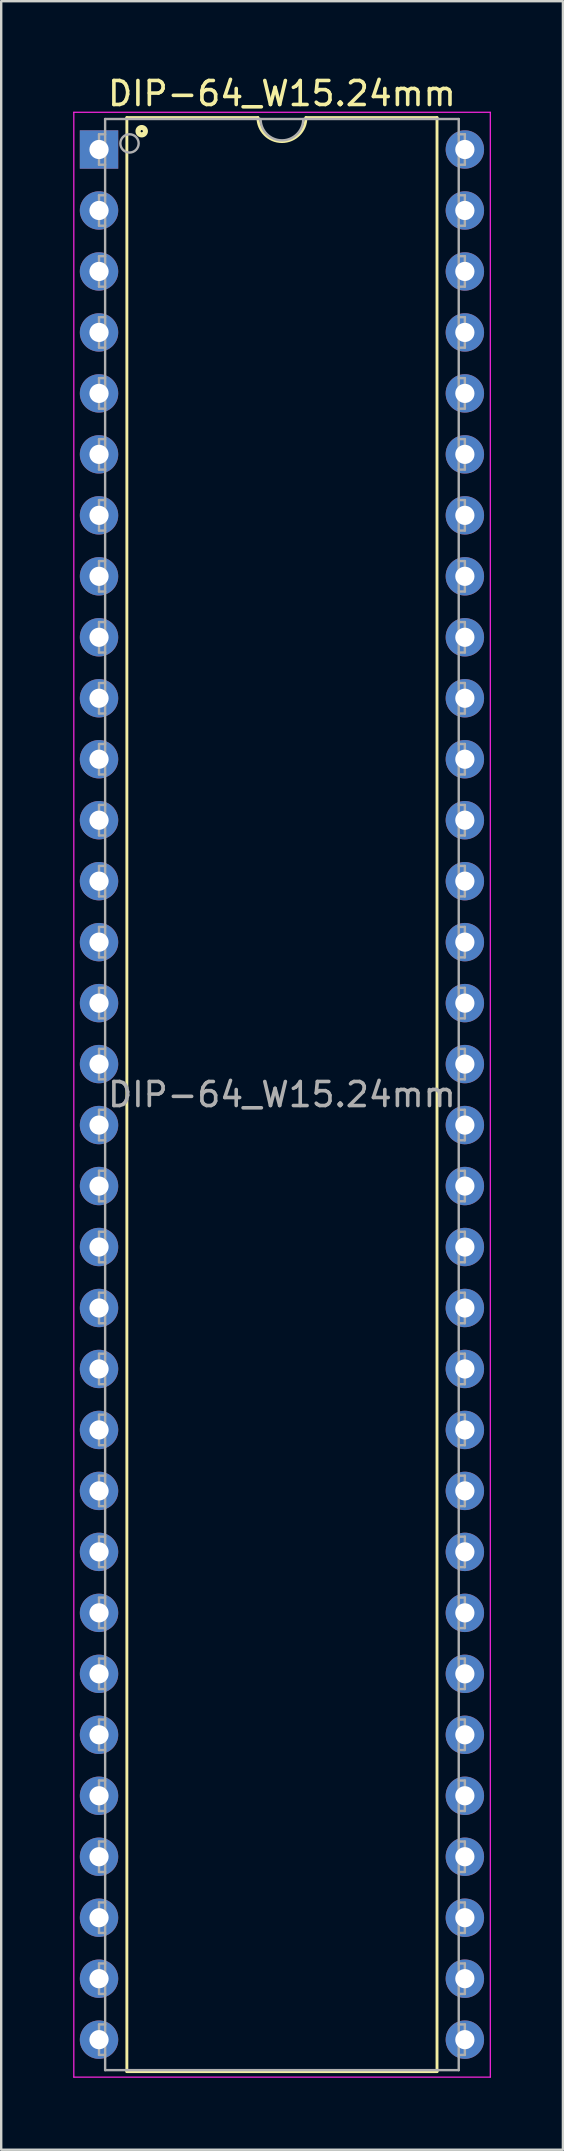
<source format=kicad_pcb>
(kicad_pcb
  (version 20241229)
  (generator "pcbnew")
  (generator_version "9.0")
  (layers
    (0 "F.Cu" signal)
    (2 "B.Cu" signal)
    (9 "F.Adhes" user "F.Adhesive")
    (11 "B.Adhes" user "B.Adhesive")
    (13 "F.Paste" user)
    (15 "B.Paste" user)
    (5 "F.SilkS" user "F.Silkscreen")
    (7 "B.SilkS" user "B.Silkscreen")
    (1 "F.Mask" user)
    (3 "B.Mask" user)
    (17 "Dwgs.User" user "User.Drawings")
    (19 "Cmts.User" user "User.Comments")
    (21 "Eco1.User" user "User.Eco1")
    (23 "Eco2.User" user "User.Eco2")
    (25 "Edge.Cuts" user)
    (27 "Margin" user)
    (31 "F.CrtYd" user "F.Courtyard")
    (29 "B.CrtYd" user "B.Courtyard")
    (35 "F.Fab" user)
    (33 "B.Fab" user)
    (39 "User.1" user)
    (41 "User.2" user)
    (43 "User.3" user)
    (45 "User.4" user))
  (footprint "DIP-64_W15.24mm"
    (layer "F.Cu")
    (at 1.075 3.178)
    (property "Reference" "DIP-64_W15.24mm" (at 7.62 -2.33 0) (layer "F.SilkS") (effects (font (size 1 1) (thickness 0.15))))
    (attr through_hole)
    (fp_line (start 1.16 -1.33) (end 1.16 80.07) (stroke (width 0.12) (type solid)) (layer "F.SilkS"))
    (fp_line (start 1.16 80.07) (end 14.08 80.07) (stroke (width 0.12) (type solid)) (layer "F.SilkS"))
    (fp_line (start 6.62 -1.33) (end 1.16 -1.33) (stroke (width 0.12) (type solid)) (layer "F.SilkS"))
    (fp_line (start 14.08 -1.33) (end 8.62 -1.33) (stroke (width 0.12) (type solid)) (layer "F.SilkS"))
    (fp_line (start 14.08 80.07) (end 14.08 -1.33) (stroke (width 0.12) (type solid)) (layer "F.SilkS"))
    (fp_arc (start 8.62 -1.33) (mid 7.62 -0.33) (end 6.62 -1.33) (stroke (width 0.12) (type solid)) (layer "F.SilkS"))
    (fp_circle (center 1.778 -0.762) (end 1.828 -0.762) (stroke (width 0.12) (type solid)) (fill no) (layer "F.SilkS"))
    (fp_circle (center 1.778 -0.762) (end 1.903 -0.762) (stroke (width 0.12) (type solid)) (fill no) (layer "F.SilkS"))
    (fp_circle (center 1.778 -0.762) (end 1.978 -0.762) (stroke (width 0.12) (type solid)) (fill no) (layer "F.SilkS"))
    (fp_line (start -1.05 -1.55) (end -1.05 80.3) (stroke (width 0.05) (type solid)) (layer "F.CrtYd"))
    (fp_line (start -1.05 80.3) (end 16.3 80.3) (stroke (width 0.05) (type solid)) (layer "F.CrtYd"))
    (fp_line (start 16.3 -1.55) (end -1.05 -1.55) (stroke (width 0.05) (type solid)) (layer "F.CrtYd"))
    (fp_line (start 16.3 80.3) (end 16.3 -1.55) (stroke (width 0.05) (type solid)) (layer "F.CrtYd"))
    (fp_line (start 0 -0.635) (end 0 0.635) (stroke (width 0.1) (type solid)) (layer "F.Fab"))
    (fp_line (start 0 -0.635) (end 0.254 -0.635) (stroke (width 0.1) (type solid)) (layer "F.Fab"))
    (fp_line (start 0 0.635) (end 0.254 0.635) (stroke (width 0.1) (type solid)) (layer "F.Fab"))
    (fp_line (start 0 1.905) (end 0 3.175) (stroke (width 0.1) (type solid)) (layer "F.Fab"))
    (fp_line (start 0 1.905) (end 0.254 1.905) (stroke (width 0.1) (type solid)) (layer "F.Fab"))
    (fp_line (start 0 3.175) (end 0.254 3.175) (stroke (width 0.1) (type solid)) (layer "F.Fab"))
    (fp_line (start 0 4.445) (end 0 5.715) (stroke (width 0.1) (type solid)) (layer "F.Fab"))
    (fp_line (start 0 4.445) (end 0.254 4.445) (stroke (width 0.1) (type solid)) (layer "F.Fab"))
    (fp_line (start 0 5.715) (end 0.254 5.715) (stroke (width 0.1) (type solid)) (layer "F.Fab"))
    (fp_line (start 0 6.985) (end 0 8.255) (stroke (width 0.1) (type solid)) (layer "F.Fab"))
    (fp_line (start 0 6.985) (end 0.254 6.985) (stroke (width 0.1) (type solid)) (layer "F.Fab"))
    (fp_line (start 0 8.255) (end 0.254 8.255) (stroke (width 0.1) (type solid)) (layer "F.Fab"))
    (fp_line (start 0 9.525) (end 0 10.795) (stroke (width 0.1) (type solid)) (layer "F.Fab"))
    (fp_line (start 0 9.525) (end 0.254 9.525) (stroke (width 0.1) (type solid)) (layer "F.Fab"))
    (fp_line (start 0 10.795) (end 0.254 10.795) (stroke (width 0.1) (type solid)) (layer "F.Fab"))
    (fp_line (start 0 12.065) (end 0 13.335) (stroke (width 0.1) (type solid)) (layer "F.Fab"))
    (fp_line (start 0 12.065) (end 0.254 12.065) (stroke (width 0.1) (type solid)) (layer "F.Fab"))
    (fp_line (start 0 13.335) (end 0.254 13.335) (stroke (width 0.1) (type solid)) (layer "F.Fab"))
    (fp_line (start 0 14.605) (end 0 15.875) (stroke (width 0.1) (type solid)) (layer "F.Fab"))
    (fp_line (start 0 14.605) (end 0.254 14.605) (stroke (width 0.1) (type solid)) (layer "F.Fab"))
    (fp_line (start 0 15.875) (end 0.254 15.875) (stroke (width 0.1) (type solid)) (layer "F.Fab"))
    (fp_line (start 0 17.145) (end 0 18.415) (stroke (width 0.1) (type solid)) (layer "F.Fab"))
    (fp_line (start 0 17.145) (end 0.254 17.145) (stroke (width 0.1) (type solid)) (layer "F.Fab"))
    (fp_line (start 0 18.415) (end 0.254 18.415) (stroke (width 0.1) (type solid)) (layer "F.Fab"))
    (fp_line (start 0 19.685) (end 0 20.955) (stroke (width 0.1) (type solid)) (layer "F.Fab"))
    (fp_line (start 0 19.685) (end 0.254 19.685) (stroke (width 0.1) (type solid)) (layer "F.Fab"))
    (fp_line (start 0 20.955) (end 0.254 20.955) (stroke (width 0.1) (type solid)) (layer "F.Fab"))
    (fp_line (start 0 22.225) (end 0 23.495) (stroke (width 0.1) (type solid)) (layer "F.Fab"))
    (fp_line (start 0 22.225) (end 0.254 22.225) (stroke (width 0.1) (type solid)) (layer "F.Fab"))
    (fp_line (start 0 23.495) (end 0.254 23.495) (stroke (width 0.1) (type solid)) (layer "F.Fab"))
    (fp_line (start 0 24.765) (end 0 26.035) (stroke (width 0.1) (type solid)) (layer "F.Fab"))
    (fp_line (start 0 24.765) (end 0.254 24.765) (stroke (width 0.1) (type solid)) (layer "F.Fab"))
    (fp_line (start 0 26.035) (end 0.254 26.035) (stroke (width 0.1) (type solid)) (layer "F.Fab"))
    (fp_line (start 0 27.305) (end 0 28.575) (stroke (width 0.1) (type solid)) (layer "F.Fab"))
    (fp_line (start 0 27.305) (end 0.254 27.305) (stroke (width 0.1) (type solid)) (layer "F.Fab"))
    (fp_line (start 0 28.575) (end 0.254 28.575) (stroke (width 0.1) (type solid)) (layer "F.Fab"))
    (fp_line (start 0 29.845) (end 0 31.115) (stroke (width 0.1) (type solid)) (layer "F.Fab"))
    (fp_line (start 0 29.845) (end 0.254 29.845) (stroke (width 0.1) (type solid)) (layer "F.Fab"))
    (fp_line (start 0 31.115) (end 0.254 31.115) (stroke (width 0.1) (type solid)) (layer "F.Fab"))
    (fp_line (start 0 32.385) (end 0 33.655) (stroke (width 0.1) (type solid)) (layer "F.Fab"))
    (fp_line (start 0 32.385) (end 0.254 32.385) (stroke (width 0.1) (type solid)) (layer "F.Fab"))
    (fp_line (start 0 33.655) (end 0.254 33.655) (stroke (width 0.1) (type solid)) (layer "F.Fab"))
    (fp_line (start 0 34.925) (end 0 36.195) (stroke (width 0.1) (type solid)) (layer "F.Fab"))
    (fp_line (start 0 34.925) (end 0.254 34.925) (stroke (width 0.1) (type solid)) (layer "F.Fab"))
    (fp_line (start 0 36.195) (end 0.254 36.195) (stroke (width 0.1) (type solid)) (layer "F.Fab"))
    (fp_line (start 0 37.465) (end 0 38.735) (stroke (width 0.1) (type solid)) (layer "F.Fab"))
    (fp_line (start 0 37.465) (end 0.254 37.465) (stroke (width 0.1) (type solid)) (layer "F.Fab"))
    (fp_line (start 0 38.735) (end 0.254 38.735) (stroke (width 0.1) (type solid)) (layer "F.Fab"))
    (fp_line (start 0 40.005) (end 0 41.275) (stroke (width 0.1) (type solid)) (layer "F.Fab"))
    (fp_line (start 0 40.005) (end 0.254 40.005) (stroke (width 0.1) (type solid)) (layer "F.Fab"))
    (fp_line (start 0 41.275) (end 0.254 41.275) (stroke (width 0.1) (type solid)) (layer "F.Fab"))
    (fp_line (start 0 42.545) (end 0 43.815) (stroke (width 0.1) (type solid)) (layer "F.Fab"))
    (fp_line (start 0 42.545) (end 0.254 42.545) (stroke (width 0.1) (type solid)) (layer "F.Fab"))
    (fp_line (start 0 43.815) (end 0.254 43.815) (stroke (width 0.1) (type solid)) (layer "F.Fab"))
    (fp_line (start 0 45.085) (end 0 46.355) (stroke (width 0.1) (type solid)) (layer "F.Fab"))
    (fp_line (start 0 45.085) (end 0.254 45.085) (stroke (width 0.1) (type solid)) (layer "F.Fab"))
    (fp_line (start 0 46.355) (end 0.254 46.355) (stroke (width 0.1) (type solid)) (layer "F.Fab"))
    (fp_line (start 0 47.625) (end 0 48.895) (stroke (width 0.1) (type solid)) (layer "F.Fab"))
    (fp_line (start 0 47.625) (end 0.254 47.625) (stroke (width 0.1) (type solid)) (layer "F.Fab"))
    (fp_line (start 0 48.895) (end 0.254 48.895) (stroke (width 0.1) (type solid)) (layer "F.Fab"))
    (fp_line (start 0 50.165) (end 0 51.435) (stroke (width 0.1) (type solid)) (layer "F.Fab"))
    (fp_line (start 0 50.165) (end 0.254 50.165) (stroke (width 0.1) (type solid)) (layer "F.Fab"))
    (fp_line (start 0 51.435) (end 0.254 51.435) (stroke (width 0.1) (type solid)) (layer "F.Fab"))
    (fp_line (start 0 52.705) (end 0 53.975) (stroke (width 0.1) (type solid)) (layer "F.Fab"))
    (fp_line (start 0 52.705) (end 0.254 52.705) (stroke (width 0.1) (type solid)) (layer "F.Fab"))
    (fp_line (start 0 53.975) (end 0.254 53.975) (stroke (width 0.1) (type solid)) (layer "F.Fab"))
    (fp_line (start 0 55.245) (end 0 56.515) (stroke (width 0.1) (type solid)) (layer "F.Fab"))
    (fp_line (start 0 55.245) (end 0.254 55.245) (stroke (width 0.1) (type solid)) (layer "F.Fab"))
    (fp_line (start 0 56.515) (end 0.254 56.515) (stroke (width 0.1) (type solid)) (layer "F.Fab"))
    (fp_line (start 0 57.785) (end 0 59.055) (stroke (width 0.1) (type solid)) (layer "F.Fab"))
    (fp_line (start 0 57.785) (end 0.254 57.785) (stroke (width 0.1) (type solid)) (layer "F.Fab"))
    (fp_line (start 0 59.055) (end 0.254 59.055) (stroke (width 0.1) (type solid)) (layer "F.Fab"))
    (fp_line (start 0 60.325) (end 0 61.595) (stroke (width 0.1) (type solid)) (layer "F.Fab"))
    (fp_line (start 0 60.325) (end 0.254 60.325) (stroke (width 0.1) (type solid)) (layer "F.Fab"))
    (fp_line (start 0 61.595) (end 0.254 61.595) (stroke (width 0.1) (type solid)) (layer "F.Fab"))
    (fp_line (start 0 62.865) (end 0 64.135) (stroke (width 0.1) (type solid)) (layer "F.Fab"))
    (fp_line (start 0 62.865) (end 0.254 62.865) (stroke (width 0.1) (type solid)) (layer "F.Fab"))
    (fp_line (start 0 64.135) (end 0.254 64.135) (stroke (width 0.1) (type solid)) (layer "F.Fab"))
    (fp_line (start 0 65.405) (end 0 66.675) (stroke (width 0.1) (type solid)) (layer "F.Fab"))
    (fp_line (start 0 65.405) (end 0.254 65.405) (stroke (width 0.1) (type solid)) (layer "F.Fab"))
    (fp_line (start 0 66.675) (end 0.254 66.675) (stroke (width 0.1) (type solid)) (layer "F.Fab"))
    (fp_line (start 0 67.945) (end 0 69.215) (stroke (width 0.1) (type solid)) (layer "F.Fab"))
    (fp_line (start 0 67.945) (end 0.254 67.945) (stroke (width 0.1) (type solid)) (layer "F.Fab"))
    (fp_line (start 0 69.215) (end 0.254 69.215) (stroke (width 0.1) (type solid)) (layer "F.Fab"))
    (fp_line (start 0 70.485) (end 0 71.755) (stroke (width 0.1) (type solid)) (layer "F.Fab"))
    (fp_line (start 0 70.485) (end 0.254 70.485) (stroke (width 0.1) (type solid)) (layer "F.Fab"))
    (fp_line (start 0 71.755) (end 0.254 71.755) (stroke (width 0.1) (type solid)) (layer "F.Fab"))
    (fp_line (start 0 73.025) (end 0 74.295) (stroke (width 0.1) (type solid)) (layer "F.Fab"))
    (fp_line (start 0 73.025) (end 0.254 73.025) (stroke (width 0.1) (type solid)) (layer "F.Fab"))
    (fp_line (start 0 74.295) (end 0.254 74.295) (stroke (width 0.1) (type solid)) (layer "F.Fab"))
    (fp_line (start 0 75.565) (end 0 76.835) (stroke (width 0.1) (type solid)) (layer "F.Fab"))
    (fp_line (start 0 75.565) (end 0.254 75.565) (stroke (width 0.1) (type solid)) (layer "F.Fab"))
    (fp_line (start 0 76.835) (end 0.254 76.835) (stroke (width 0.1) (type solid)) (layer "F.Fab"))
    (fp_line (start 0 78.105) (end 0 79.375) (stroke (width 0.1) (type solid)) (layer "F.Fab"))
    (fp_line (start 0 78.105) (end 0.254 78.105) (stroke (width 0.1) (type solid)) (layer "F.Fab"))
    (fp_line (start 0 79.375) (end 0.254 79.375) (stroke (width 0.1) (type solid)) (layer "F.Fab"))
    (fp_line (start 0.254 -1.27) (end 14.985 -1.27) (stroke (width 0.1) (type solid)) (layer "F.Fab"))
    (fp_line (start 0.255 80.01) (end 0.254 -1.27) (stroke (width 0.1) (type solid)) (layer "F.Fab"))
    (fp_line (start 14.985 -1.27) (end 14.985 80.01) (stroke (width 0.1) (type solid)) (layer "F.Fab"))
    (fp_line (start 14.985 80.01) (end 0.255 80.01) (stroke (width 0.1) (type solid)) (layer "F.Fab"))
    (fp_line (start 15.24 -0.635) (end 14.986 -0.635) (stroke (width 0.1) (type solid)) (layer "F.Fab"))
    (fp_line (start 15.24 0.635) (end 14.986 0.635) (stroke (width 0.1) (type solid)) (layer "F.Fab"))
    (fp_line (start 15.24 0.635) (end 15.24 -0.635) (stroke (width 0.1) (type solid)) (layer "F.Fab"))
    (fp_line (start 15.24 1.905) (end 14.986 1.905) (stroke (width 0.1) (type solid)) (layer "F.Fab"))
    (fp_line (start 15.24 3.175) (end 14.986 3.175) (stroke (width 0.1) (type solid)) (layer "F.Fab"))
    (fp_line (start 15.24 3.175) (end 15.24 1.905) (stroke (width 0.1) (type solid)) (layer "F.Fab"))
    (fp_line (start 15.24 4.445) (end 14.986 4.445) (stroke (width 0.1) (type solid)) (layer "F.Fab"))
    (fp_line (start 15.24 5.715) (end 14.986 5.715) (stroke (width 0.1) (type solid)) (layer "F.Fab"))
    (fp_line (start 15.24 5.715) (end 15.24 4.445) (stroke (width 0.1) (type solid)) (layer "F.Fab"))
    (fp_line (start 15.24 6.985) (end 14.986 6.985) (stroke (width 0.1) (type solid)) (layer "F.Fab"))
    (fp_line (start 15.24 8.255) (end 14.986 8.255) (stroke (width 0.1) (type solid)) (layer "F.Fab"))
    (fp_line (start 15.24 8.255) (end 15.24 6.985) (stroke (width 0.1) (type solid)) (layer "F.Fab"))
    (fp_line (start 15.24 9.525) (end 14.986 9.525) (stroke (width 0.1) (type solid)) (layer "F.Fab"))
    (fp_line (start 15.24 10.795) (end 14.986 10.795) (stroke (width 0.1) (type solid)) (layer "F.Fab"))
    (fp_line (start 15.24 10.795) (end 15.24 9.525) (stroke (width 0.1) (type solid)) (layer "F.Fab"))
    (fp_line (start 15.24 12.065) (end 14.986 12.065) (stroke (width 0.1) (type solid)) (layer "F.Fab"))
    (fp_line (start 15.24 13.335) (end 14.986 13.335) (stroke (width 0.1) (type solid)) (layer "F.Fab"))
    (fp_line (start 15.24 13.335) (end 15.24 12.065) (stroke (width 0.1) (type solid)) (layer "F.Fab"))
    (fp_line (start 15.24 14.605) (end 14.986 14.605) (stroke (width 0.1) (type solid)) (layer "F.Fab"))
    (fp_line (start 15.24 15.875) (end 14.986 15.875) (stroke (width 0.1) (type solid)) (layer "F.Fab"))
    (fp_line (start 15.24 15.875) (end 15.24 14.605) (stroke (width 0.1) (type solid)) (layer "F.Fab"))
    (fp_line (start 15.24 17.145) (end 14.986 17.145) (stroke (width 0.1) (type solid)) (layer "F.Fab"))
    (fp_line (start 15.24 18.415) (end 14.986 18.415) (stroke (width 0.1) (type solid)) (layer "F.Fab"))
    (fp_line (start 15.24 18.415) (end 15.24 17.145) (stroke (width 0.1) (type solid)) (layer "F.Fab"))
    (fp_line (start 15.24 19.685) (end 14.986 19.685) (stroke (width 0.1) (type solid)) (layer "F.Fab"))
    (fp_line (start 15.24 20.955) (end 14.986 20.955) (stroke (width 0.1) (type solid)) (layer "F.Fab"))
    (fp_line (start 15.24 20.955) (end 15.24 19.685) (stroke (width 0.1) (type solid)) (layer "F.Fab"))
    (fp_line (start 15.24 22.225) (end 14.986 22.225) (stroke (width 0.1) (type solid)) (layer "F.Fab"))
    (fp_line (start 15.24 23.495) (end 14.986 23.495) (stroke (width 0.1) (type solid)) (layer "F.Fab"))
    (fp_line (start 15.24 23.495) (end 15.24 22.225) (stroke (width 0.1) (type solid)) (layer "F.Fab"))
    (fp_line (start 15.24 24.765) (end 14.986 24.765) (stroke (width 0.1) (type solid)) (layer "F.Fab"))
    (fp_line (start 15.24 26.035) (end 14.986 26.035) (stroke (width 0.1) (type solid)) (layer "F.Fab"))
    (fp_line (start 15.24 26.035) (end 15.24 24.765) (stroke (width 0.1) (type solid)) (layer "F.Fab"))
    (fp_line (start 15.24 27.305) (end 14.986 27.305) (stroke (width 0.1) (type solid)) (layer "F.Fab"))
    (fp_line (start 15.24 28.575) (end 14.986 28.575) (stroke (width 0.1) (type solid)) (layer "F.Fab"))
    (fp_line (start 15.24 28.575) (end 15.24 27.305) (stroke (width 0.1) (type solid)) (layer "F.Fab"))
    (fp_line (start 15.24 29.845) (end 14.986 29.845) (stroke (width 0.1) (type solid)) (layer "F.Fab"))
    (fp_line (start 15.24 31.115) (end 14.986 31.115) (stroke (width 0.1) (type solid)) (layer "F.Fab"))
    (fp_line (start 15.24 31.115) (end 15.24 29.845) (stroke (width 0.1) (type solid)) (layer "F.Fab"))
    (fp_line (start 15.24 32.385) (end 14.986 32.385) (stroke (width 0.1) (type solid)) (layer "F.Fab"))
    (fp_line (start 15.24 33.655) (end 14.986 33.655) (stroke (width 0.1) (type solid)) (layer "F.Fab"))
    (fp_line (start 15.24 33.655) (end 15.24 32.385) (stroke (width 0.1) (type solid)) (layer "F.Fab"))
    (fp_line (start 15.24 34.925) (end 14.986 34.925) (stroke (width 0.1) (type solid)) (layer "F.Fab"))
    (fp_line (start 15.24 36.195) (end 14.986 36.195) (stroke (width 0.1) (type solid)) (layer "F.Fab"))
    (fp_line (start 15.24 36.195) (end 15.24 34.925) (stroke (width 0.1) (type solid)) (layer "F.Fab"))
    (fp_line (start 15.24 37.465) (end 14.986 37.465) (stroke (width 0.1) (type solid)) (layer "F.Fab"))
    (fp_line (start 15.24 38.735) (end 14.986 38.735) (stroke (width 0.1) (type solid)) (layer "F.Fab"))
    (fp_line (start 15.24 38.735) (end 15.24 37.465) (stroke (width 0.1) (type solid)) (layer "F.Fab"))
    (fp_line (start 15.24 40.005) (end 14.986 40.005) (stroke (width 0.1) (type solid)) (layer "F.Fab"))
    (fp_line (start 15.24 41.275) (end 14.986 41.275) (stroke (width 0.1) (type solid)) (layer "F.Fab"))
    (fp_line (start 15.24 41.275) (end 15.24 40.005) (stroke (width 0.1) (type solid)) (layer "F.Fab"))
    (fp_line (start 15.24 42.545) (end 14.986 42.545) (stroke (width 0.1) (type solid)) (layer "F.Fab"))
    (fp_line (start 15.24 43.815) (end 14.986 43.815) (stroke (width 0.1) (type solid)) (layer "F.Fab"))
    (fp_line (start 15.24 43.815) (end 15.24 42.545) (stroke (width 0.1) (type solid)) (layer "F.Fab"))
    (fp_line (start 15.24 45.085) (end 14.986 45.085) (stroke (width 0.1) (type solid)) (layer "F.Fab"))
    (fp_line (start 15.24 46.355) (end 14.986 46.355) (stroke (width 0.1) (type solid)) (layer "F.Fab"))
    (fp_line (start 15.24 46.355) (end 15.24 45.085) (stroke (width 0.1) (type solid)) (layer "F.Fab"))
    (fp_line (start 15.24 47.625) (end 14.986 47.625) (stroke (width 0.1) (type solid)) (layer "F.Fab"))
    (fp_line (start 15.24 48.895) (end 14.986 48.895) (stroke (width 0.1) (type solid)) (layer "F.Fab"))
    (fp_line (start 15.24 48.895) (end 15.24 47.625) (stroke (width 0.1) (type solid)) (layer "F.Fab"))
    (fp_line (start 15.24 50.165) (end 14.986 50.165) (stroke (width 0.1) (type solid)) (layer "F.Fab"))
    (fp_line (start 15.24 51.435) (end 14.986 51.435) (stroke (width 0.1) (type solid)) (layer "F.Fab"))
    (fp_line (start 15.24 51.435) (end 15.24 50.165) (stroke (width 0.1) (type solid)) (layer "F.Fab"))
    (fp_line (start 15.24 52.705) (end 14.986 52.705) (stroke (width 0.1) (type solid)) (layer "F.Fab"))
    (fp_line (start 15.24 53.975) (end 14.986 53.975) (stroke (width 0.1) (type solid)) (layer "F.Fab"))
    (fp_line (start 15.24 53.975) (end 15.24 52.705) (stroke (width 0.1) (type solid)) (layer "F.Fab"))
    (fp_line (start 15.24 55.245) (end 14.986 55.245) (stroke (width 0.1) (type solid)) (layer "F.Fab"))
    (fp_line (start 15.24 56.515) (end 14.986 56.515) (stroke (width 0.1) (type solid)) (layer "F.Fab"))
    (fp_line (start 15.24 56.515) (end 15.24 55.245) (stroke (width 0.1) (type solid)) (layer "F.Fab"))
    (fp_line (start 15.24 57.785) (end 14.986 57.785) (stroke (width 0.1) (type solid)) (layer "F.Fab"))
    (fp_line (start 15.24 59.055) (end 14.986 59.055) (stroke (width 0.1) (type solid)) (layer "F.Fab"))
    (fp_line (start 15.24 59.055) (end 15.24 57.785) (stroke (width 0.1) (type solid)) (layer "F.Fab"))
    (fp_line (start 15.24 60.325) (end 14.986 60.325) (stroke (width 0.1) (type solid)) (layer "F.Fab"))
    (fp_line (start 15.24 61.595) (end 14.986 61.595) (stroke (width 0.1) (type solid)) (layer "F.Fab"))
    (fp_line (start 15.24 61.595) (end 15.24 60.325) (stroke (width 0.1) (type solid)) (layer "F.Fab"))
    (fp_line (start 15.24 62.865) (end 14.986 62.865) (stroke (width 0.1) (type solid)) (layer "F.Fab"))
    (fp_line (start 15.24 64.135) (end 14.986 64.135) (stroke (width 0.1) (type solid)) (layer "F.Fab"))
    (fp_line (start 15.24 64.135) (end 15.24 62.865) (stroke (width 0.1) (type solid)) (layer "F.Fab"))
    (fp_line (start 15.24 65.405) (end 14.986 65.405) (stroke (width 0.1) (type solid)) (layer "F.Fab"))
    (fp_line (start 15.24 66.675) (end 14.986 66.675) (stroke (width 0.1) (type solid)) (layer "F.Fab"))
    (fp_line (start 15.24 66.675) (end 15.24 65.405) (stroke (width 0.1) (type solid)) (layer "F.Fab"))
    (fp_line (start 15.24 67.945) (end 14.986 67.945) (stroke (width 0.1) (type solid)) (layer "F.Fab"))
    (fp_line (start 15.24 69.215) (end 14.986 69.215) (stroke (width 0.1) (type solid)) (layer "F.Fab"))
    (fp_line (start 15.24 69.215) (end 15.24 67.945) (stroke (width 0.1) (type solid)) (layer "F.Fab"))
    (fp_line (start 15.24 70.485) (end 14.986 70.485) (stroke (width 0.1) (type solid)) (layer "F.Fab"))
    (fp_line (start 15.24 71.755) (end 14.986 71.755) (stroke (width 0.1) (type solid)) (layer "F.Fab"))
    (fp_line (start 15.24 71.755) (end 15.24 70.485) (stroke (width 0.1) (type solid)) (layer "F.Fab"))
    (fp_line (start 15.24 73.025) (end 14.986 73.025) (stroke (width 0.1) (type solid)) (layer "F.Fab"))
    (fp_line (start 15.24 74.295) (end 14.986 74.295) (stroke (width 0.1) (type solid)) (layer "F.Fab"))
    (fp_line (start 15.24 74.295) (end 15.24 73.025) (stroke (width 0.1) (type solid)) (layer "F.Fab"))
    (fp_line (start 15.24 75.565) (end 14.986 75.565) (stroke (width 0.1) (type solid)) (layer "F.Fab"))
    (fp_line (start 15.24 76.835) (end 14.986 76.835) (stroke (width 0.1) (type solid)) (layer "F.Fab"))
    (fp_line (start 15.24 76.835) (end 15.24 75.565) (stroke (width 0.1) (type solid)) (layer "F.Fab"))
    (fp_line (start 15.24 78.105) (end 14.986 78.105) (stroke (width 0.1) (type solid)) (layer "F.Fab"))
    (fp_line (start 15.24 79.375) (end 14.986 79.375) (stroke (width 0.1) (type solid)) (layer "F.Fab"))
    (fp_line (start 15.24 79.375) (end 15.24 78.105) (stroke (width 0.1) (type solid)) (layer "F.Fab"))
    (fp_arc (start 8.509 -1.27) (mid 7.62 -0.381) (end 6.731 -1.27) (stroke (width 0.1) (type solid)) (layer "F.Fab"))
    (fp_circle (center 1.27 -0.254) (end 1.651 -0.254) (stroke (width 0.1) (type solid)) (fill no) (layer "F.Fab"))
    (fp_text user "${REFERENCE}" (at 7.62 39.37 0) (layer "F.Fab") (effects (font (size 1 1) (thickness 0.15))))
    (pad "1" thru_hole rect (at 0 0) (size 1.6 1.6) (drill 0.8) (layers "*.Cu" "*.Mask"))
    (pad "2" thru_hole oval (at 0 2.54) (size 1.6 1.6) (drill 0.8) (layers "*.Cu" "*.Mask"))
    (pad "3" thru_hole oval (at 0 5.08) (size 1.6 1.6) (drill 0.8) (layers "*.Cu" "*.Mask"))
    (pad "4" thru_hole oval (at 0 7.62) (size 1.6 1.6) (drill 0.8) (layers "*.Cu" "*.Mask"))
    (pad "5" thru_hole oval (at 0 10.16) (size 1.6 1.6) (drill 0.8) (layers "*.Cu" "*.Mask"))
    (pad "6" thru_hole oval (at 0 12.7) (size 1.6 1.6) (drill 0.8) (layers "*.Cu" "*.Mask"))
    (pad "7" thru_hole oval (at 0 15.24) (size 1.6 1.6) (drill 0.8) (layers "*.Cu" "*.Mask"))
    (pad "8" thru_hole oval (at 0 17.78) (size 1.6 1.6) (drill 0.8) (layers "*.Cu" "*.Mask"))
    (pad "9" thru_hole oval (at 0 20.32) (size 1.6 1.6) (drill 0.8) (layers "*.Cu" "*.Mask"))
    (pad "10" thru_hole oval (at 0 22.86) (size 1.6 1.6) (drill 0.8) (layers "*.Cu" "*.Mask"))
    (pad "11" thru_hole oval (at 0 25.4) (size 1.6 1.6) (drill 0.8) (layers "*.Cu" "*.Mask"))
    (pad "12" thru_hole oval (at 0 27.94) (size 1.6 1.6) (drill 0.8) (layers "*.Cu" "*.Mask"))
    (pad "13" thru_hole oval (at 0 30.48) (size 1.6 1.6) (drill 0.8) (layers "*.Cu" "*.Mask"))
    (pad "14" thru_hole oval (at 0 33.02) (size 1.6 1.6) (drill 0.8) (layers "*.Cu" "*.Mask"))
    (pad "15" thru_hole oval (at 0 35.56) (size 1.6 1.6) (drill 0.8) (layers "*.Cu" "*.Mask"))
    (pad "16" thru_hole oval (at 0 38.1) (size 1.6 1.6) (drill 0.8) (layers "*.Cu" "*.Mask"))
    (pad "17" thru_hole oval (at 0 40.64) (size 1.6 1.6) (drill 0.8) (layers "*.Cu" "*.Mask"))
    (pad "18" thru_hole oval (at 0 43.18) (size 1.6 1.6) (drill 0.8) (layers "*.Cu" "*.Mask"))
    (pad "19" thru_hole oval (at 0 45.72) (size 1.6 1.6) (drill 0.8) (layers "*.Cu" "*.Mask"))
    (pad "20" thru_hole oval (at 0 48.26) (size 1.6 1.6) (drill 0.8) (layers "*.Cu" "*.Mask"))
    (pad "21" thru_hole oval (at 0 50.8) (size 1.6 1.6) (drill 0.8) (layers "*.Cu" "*.Mask"))
    (pad "22" thru_hole oval (at 0 53.34) (size 1.6 1.6) (drill 0.8) (layers "*.Cu" "*.Mask"))
    (pad "23" thru_hole oval (at 0 55.88) (size 1.6 1.6) (drill 0.8) (layers "*.Cu" "*.Mask"))
    (pad "24" thru_hole oval (at 0 58.42) (size 1.6 1.6) (drill 0.8) (layers "*.Cu" "*.Mask"))
    (pad "25" thru_hole oval (at 0 60.96) (size 1.6 1.6) (drill 0.8) (layers "*.Cu" "*.Mask"))
    (pad "26" thru_hole oval (at 0 63.5) (size 1.6 1.6) (drill 0.8) (layers "*.Cu" "*.Mask"))
    (pad "27" thru_hole oval (at 0 66.04) (size 1.6 1.6) (drill 0.8) (layers "*.Cu" "*.Mask"))
    (pad "28" thru_hole oval (at 0 68.58) (size 1.6 1.6) (drill 0.8) (layers "*.Cu" "*.Mask"))
    (pad "29" thru_hole oval (at 0 71.12) (size 1.6 1.6) (drill 0.8) (layers "*.Cu" "*.Mask"))
    (pad "30" thru_hole oval (at 0 73.66) (size 1.6 1.6) (drill 0.8) (layers "*.Cu" "*.Mask"))
    (pad "31" thru_hole oval (at 0 76.2) (size 1.6 1.6) (drill 0.8) (layers "*.Cu" "*.Mask"))
    (pad "32" thru_hole oval (at 0 78.74) (size 1.6 1.6) (drill 0.8) (layers "*.Cu" "*.Mask"))
    (pad "33" thru_hole oval (at 15.24 78.74) (size 1.6 1.6) (drill 0.8) (layers "*.Cu" "*.Mask"))
    (pad "34" thru_hole oval (at 15.24 76.2) (size 1.6 1.6) (drill 0.8) (layers "*.Cu" "*.Mask"))
    (pad "35" thru_hole oval (at 15.24 73.66) (size 1.6 1.6) (drill 0.8) (layers "*.Cu" "*.Mask"))
    (pad "36" thru_hole oval (at 15.24 71.12) (size 1.6 1.6) (drill 0.8) (layers "*.Cu" "*.Mask"))
    (pad "37" thru_hole oval (at 15.24 68.58) (size 1.6 1.6) (drill 0.8) (layers "*.Cu" "*.Mask"))
    (pad "38" thru_hole oval (at 15.24 66.04) (size 1.6 1.6) (drill 0.8) (layers "*.Cu" "*.Mask"))
    (pad "39" thru_hole oval (at 15.24 63.5) (size 1.6 1.6) (drill 0.8) (layers "*.Cu" "*.Mask"))
    (pad "40" thru_hole oval (at 15.24 60.96) (size 1.6 1.6) (drill 0.8) (layers "*.Cu" "*.Mask"))
    (pad "41" thru_hole oval (at 15.24 58.42) (size 1.6 1.6) (drill 0.8) (layers "*.Cu" "*.Mask"))
    (pad "42" thru_hole oval (at 15.24 55.88) (size 1.6 1.6) (drill 0.8) (layers "*.Cu" "*.Mask"))
    (pad "43" thru_hole oval (at 15.24 53.34) (size 1.6 1.6) (drill 0.8) (layers "*.Cu" "*.Mask"))
    (pad "44" thru_hole oval (at 15.24 50.8) (size 1.6 1.6) (drill 0.8) (layers "*.Cu" "*.Mask"))
    (pad "45" thru_hole oval (at 15.24 48.26) (size 1.6 1.6) (drill 0.8) (layers "*.Cu" "*.Mask"))
    (pad "46" thru_hole oval (at 15.24 45.72) (size 1.6 1.6) (drill 0.8) (layers "*.Cu" "*.Mask"))
    (pad "47" thru_hole oval (at 15.24 43.18) (size 1.6 1.6) (drill 0.8) (layers "*.Cu" "*.Mask"))
    (pad "48" thru_hole oval (at 15.24 40.64) (size 1.6 1.6) (drill 0.8) (layers "*.Cu" "*.Mask"))
    (pad "49" thru_hole oval (at 15.24 38.1) (size 1.6 1.6) (drill 0.8) (layers "*.Cu" "*.Mask"))
    (pad "50" thru_hole oval (at 15.24 35.56) (size 1.6 1.6) (drill 0.8) (layers "*.Cu" "*.Mask"))
    (pad "51" thru_hole oval (at 15.24 33.02) (size 1.6 1.6) (drill 0.8) (layers "*.Cu" "*.Mask"))
    (pad "52" thru_hole oval (at 15.24 30.48) (size 1.6 1.6) (drill 0.8) (layers "*.Cu" "*.Mask"))
    (pad "53" thru_hole oval (at 15.24 27.94) (size 1.6 1.6) (drill 0.8) (layers "*.Cu" "*.Mask"))
    (pad "54" thru_hole oval (at 15.24 25.4) (size 1.6 1.6) (drill 0.8) (layers "*.Cu" "*.Mask"))
    (pad "55" thru_hole oval (at 15.24 22.86) (size 1.6 1.6) (drill 0.8) (layers "*.Cu" "*.Mask"))
    (pad "56" thru_hole oval (at 15.24 20.32) (size 1.6 1.6) (drill 0.8) (layers "*.Cu" "*.Mask"))
    (pad "57" thru_hole oval (at 15.24 17.78) (size 1.6 1.6) (drill 0.8) (layers "*.Cu" "*.Mask"))
    (pad "58" thru_hole oval (at 15.24 15.24) (size 1.6 1.6) (drill 0.8) (layers "*.Cu" "*.Mask"))
    (pad "59" thru_hole oval (at 15.24 12.7) (size 1.6 1.6) (drill 0.8) (layers "*.Cu" "*.Mask"))
    (pad "60" thru_hole oval (at 15.24 10.16) (size 1.6 1.6) (drill 0.8) (layers "*.Cu" "*.Mask"))
    (pad "61" thru_hole oval (at 15.24 7.62) (size 1.6 1.6) (drill 0.8) (layers "*.Cu" "*.Mask"))
    (pad "62" thru_hole oval (at 15.24 5.08) (size 1.6 1.6) (drill 0.8) (layers "*.Cu" "*.Mask"))
    (pad "63" thru_hole oval (at 15.24 2.54) (size 1.6 1.6) (drill 0.8) (layers "*.Cu" "*.Mask"))
    (pad "64" thru_hole oval (at 15.24 0) (size 1.6 1.6) (drill 0.8) (layers "*.Cu" "*.Mask")))
  (gr_rect
    (start -3 -3)
    (end 20.4 86.503)
    (stroke (width 0.1) (type default))
    (fill no)
    (layer "Edge.Cuts")))
</source>
